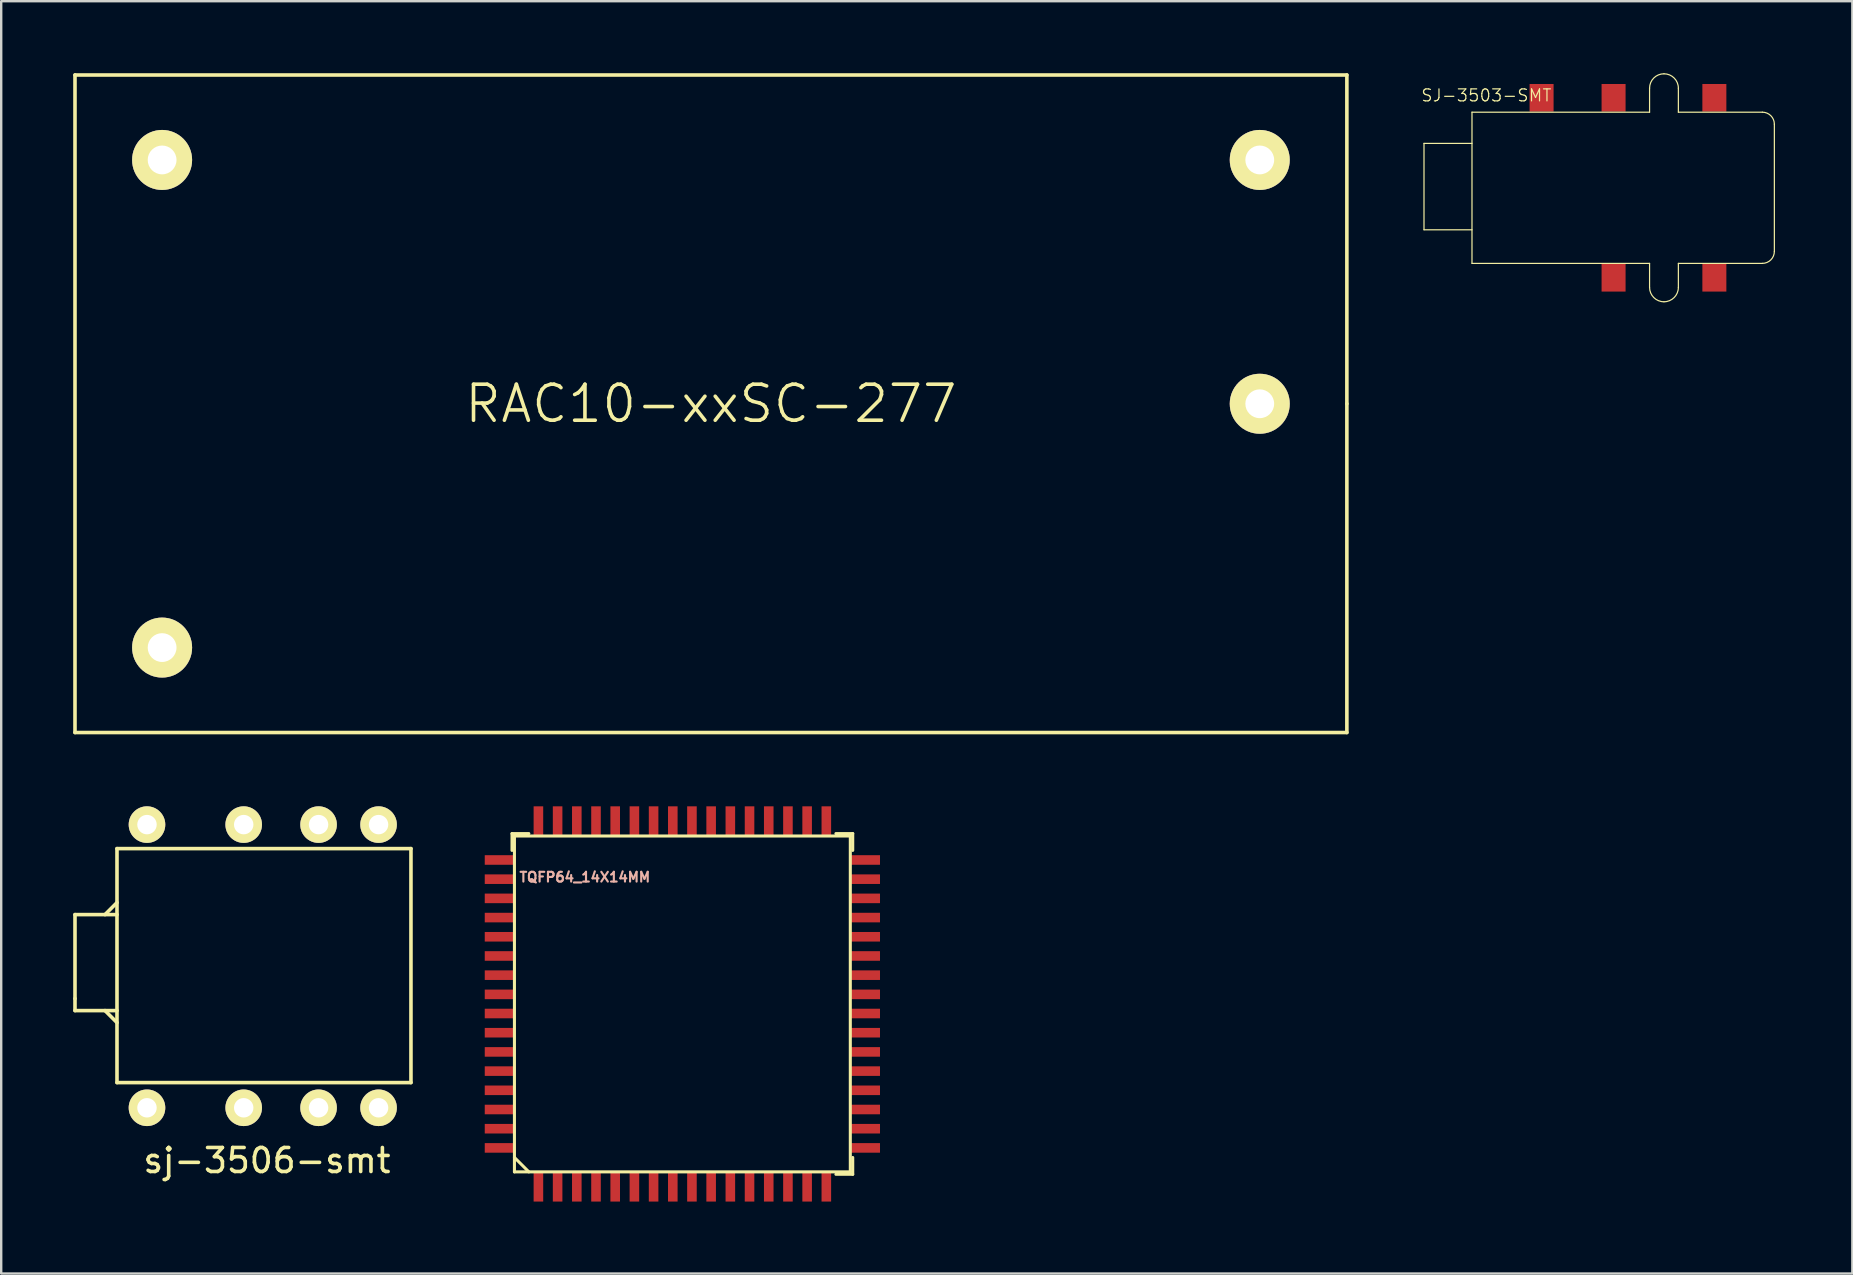
<source format=kicad_pcb>
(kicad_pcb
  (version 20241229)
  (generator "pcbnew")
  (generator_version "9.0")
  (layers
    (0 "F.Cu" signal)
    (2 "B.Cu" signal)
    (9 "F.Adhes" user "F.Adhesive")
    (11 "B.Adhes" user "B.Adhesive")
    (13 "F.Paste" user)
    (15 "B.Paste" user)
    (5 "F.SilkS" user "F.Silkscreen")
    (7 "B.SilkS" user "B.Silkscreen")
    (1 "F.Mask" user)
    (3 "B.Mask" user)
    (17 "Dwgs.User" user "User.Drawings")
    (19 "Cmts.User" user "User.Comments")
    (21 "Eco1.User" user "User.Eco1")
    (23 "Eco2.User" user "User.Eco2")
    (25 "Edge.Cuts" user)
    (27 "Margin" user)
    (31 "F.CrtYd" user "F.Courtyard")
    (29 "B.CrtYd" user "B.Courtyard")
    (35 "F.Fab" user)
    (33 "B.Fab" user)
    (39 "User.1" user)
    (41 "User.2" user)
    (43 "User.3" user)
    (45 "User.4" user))
  (footprint "TQFP64_14X14MM"
    (layer "F.Cu")
    (at 25.385 38.785)
    (property "Reference" "TQFP64_14X14MM" (at -4.064 -5.283 0) (layer "B.SilkS") (effects (font (size 0.406 0.406) (thickness 0.089))))
    (attr smd)
    (fp_line (start -7.099 -7.099) (end -6.398 -7.099) (stroke (width 0.127) (type solid)) (layer "F.SilkS"))
    (fp_line (start -7.099 -6.398) (end -7.099 -7.099) (stroke (width 0.127) (type solid)) (layer "F.SilkS"))
    (fp_line (start -6.998 -6.998) (end -6.998 6.998) (stroke (width 0.127) (type solid)) (layer "F.SilkS"))
    (fp_line (start -6.998 6.398) (end -6.398 6.998) (stroke (width 0.127) (type solid)) (layer "F.SilkS"))
    (fp_line (start -6.998 6.998) (end 6.998 6.998) (stroke (width 0.127) (type solid)) (layer "F.SilkS"))
    (fp_line (start 6.398 -7.099) (end 7.099 -7.099) (stroke (width 0.127) (type solid)) (layer "F.SilkS"))
    (fp_line (start 6.998 -6.998) (end -6.998 -6.998) (stroke (width 0.127) (type solid)) (layer "F.SilkS"))
    (fp_line (start 6.998 6.998) (end 6.998 -6.998) (stroke (width 0.127) (type solid)) (layer "F.SilkS"))
    (fp_line (start 7.099 -7.099) (end 7.099 -6.398) (stroke (width 0.127) (type solid)) (layer "F.SilkS"))
    (fp_line (start 7.099 6.398) (end 7.099 7.099) (stroke (width 0.127) (type solid)) (layer "F.SilkS"))
    (fp_line (start 7.099 7.099) (end 6.398 7.099) (stroke (width 0.127) (type solid)) (layer "F.SilkS"))
    (pad "1" smd rect (at -5.999 7.6) (size 0.399 1.27) (layers "F.Cu" "F.Mask" "F.Paste"))
    (pad "2" smd rect (at -5.199 7.6) (size 0.399 1.27) (layers "F.Cu" "F.Mask" "F.Paste"))
    (pad "3" smd rect (at -4.399 7.6) (size 0.399 1.27) (layers "F.Cu" "F.Mask" "F.Paste"))
    (pad "4" smd rect (at -3.599 7.6) (size 0.399 1.27) (layers "F.Cu" "F.Mask" "F.Paste"))
    (pad "5" smd rect (at -2.799 7.6) (size 0.399 1.27) (layers "F.Cu" "F.Mask" "F.Paste"))
    (pad "6" smd rect (at -1.999 7.6) (size 0.399 1.27) (layers "F.Cu" "F.Mask" "F.Paste"))
    (pad "7" smd rect (at -1.199 7.6) (size 0.399 1.27) (layers "F.Cu" "F.Mask" "F.Paste"))
    (pad "8" smd rect (at -0.399 7.6) (size 0.399 1.27) (layers "F.Cu" "F.Mask" "F.Paste"))
    (pad "9" smd rect (at 0.399 7.6) (size 0.399 1.27) (layers "F.Cu" "F.Mask" "F.Paste"))
    (pad "10" smd rect (at 1.199 7.6) (size 0.399 1.27) (layers "F.Cu" "F.Mask" "F.Paste"))
    (pad "11" smd rect (at 1.999 7.6) (size 0.399 1.27) (layers "F.Cu" "F.Mask" "F.Paste"))
    (pad "12" smd rect (at 2.799 7.6) (size 0.399 1.27) (layers "F.Cu" "F.Mask" "F.Paste"))
    (pad "13" smd rect (at 3.599 7.6) (size 0.399 1.27) (layers "F.Cu" "F.Mask" "F.Paste"))
    (pad "14" smd rect (at 4.399 7.6) (size 0.399 1.27) (layers "F.Cu" "F.Mask" "F.Paste"))
    (pad "15" smd rect (at 5.199 7.6) (size 0.399 1.27) (layers "F.Cu" "F.Mask" "F.Paste"))
    (pad "16" smd rect (at 5.999 7.6) (size 0.399 1.27) (layers "F.Cu" "F.Mask" "F.Paste"))
    (pad "17" smd rect (at 7.6 5.999) (size 1.27 0.399) (layers "F.Cu" "F.Mask" "F.Paste"))
    (pad "18" smd rect (at 7.6 5.199) (size 1.27 0.399) (layers "F.Cu" "F.Mask" "F.Paste"))
    (pad "19" smd rect (at 7.6 4.399) (size 1.27 0.399) (layers "F.Cu" "F.Mask" "F.Paste"))
    (pad "20" smd rect (at 7.6 3.599) (size 1.27 0.399) (layers "F.Cu" "F.Mask" "F.Paste"))
    (pad "21" smd rect (at 7.6 2.799) (size 1.27 0.399) (layers "F.Cu" "F.Mask" "F.Paste"))
    (pad "22" smd rect (at 7.6 1.999) (size 1.27 0.399) (layers "F.Cu" "F.Mask" "F.Paste"))
    (pad "23" smd rect (at 7.6 1.199) (size 1.27 0.399) (layers "F.Cu" "F.Mask" "F.Paste"))
    (pad "24" smd rect (at 7.6 0.399) (size 1.27 0.399) (layers "F.Cu" "F.Mask" "F.Paste"))
    (pad "25" smd rect (at 7.6 -0.399) (size 1.27 0.399) (layers "F.Cu" "F.Mask" "F.Paste"))
    (pad "26" smd rect (at 7.6 -1.199) (size 1.27 0.399) (layers "F.Cu" "F.Mask" "F.Paste"))
    (pad "27" smd rect (at 7.6 -1.999) (size 1.27 0.399) (layers "F.Cu" "F.Mask" "F.Paste"))
    (pad "28" smd rect (at 7.6 -2.799) (size 1.27 0.399) (layers "F.Cu" "F.Mask" "F.Paste"))
    (pad "29" smd rect (at 7.6 -3.599) (size 1.27 0.399) (layers "F.Cu" "F.Mask" "F.Paste"))
    (pad "30" smd rect (at 7.6 -4.399) (size 1.27 0.399) (layers "F.Cu" "F.Mask" "F.Paste"))
    (pad "31" smd rect (at 7.6 -5.199) (size 1.27 0.399) (layers "F.Cu" "F.Mask" "F.Paste"))
    (pad "32" smd rect (at 7.6 -5.999) (size 1.27 0.399) (layers "F.Cu" "F.Mask" "F.Paste"))
    (pad "33" smd rect (at 5.999 -7.6) (size 0.399 1.27) (layers "F.Cu" "F.Mask" "F.Paste"))
    (pad "34" smd rect (at 5.199 -7.6) (size 0.399 1.27) (layers "F.Cu" "F.Mask" "F.Paste"))
    (pad "35" smd rect (at 4.399 -7.6) (size 0.399 1.27) (layers "F.Cu" "F.Mask" "F.Paste"))
    (pad "36" smd rect (at 3.599 -7.6) (size 0.399 1.27) (layers "F.Cu" "F.Mask" "F.Paste"))
    (pad "37" smd rect (at 2.799 -7.6) (size 0.399 1.27) (layers "F.Cu" "F.Mask" "F.Paste"))
    (pad "38" smd rect (at 1.999 -7.6) (size 0.399 1.27) (layers "F.Cu" "F.Mask" "F.Paste"))
    (pad "39" smd rect (at 1.199 -7.6) (size 0.399 1.27) (layers "F.Cu" "F.Mask" "F.Paste"))
    (pad "40" smd rect (at 0.399 -7.6) (size 0.399 1.27) (layers "F.Cu" "F.Mask" "F.Paste"))
    (pad "41" smd rect (at -0.399 -7.6) (size 0.399 1.27) (layers "F.Cu" "F.Mask" "F.Paste"))
    (pad "42" smd rect (at -1.199 -7.6) (size 0.399 1.27) (layers "F.Cu" "F.Mask" "F.Paste"))
    (pad "43" smd rect (at -1.999 -7.6) (size 0.399 1.27) (layers "F.Cu" "F.Mask" "F.Paste"))
    (pad "44" smd rect (at -2.799 -7.6) (size 0.399 1.27) (layers "F.Cu" "F.Mask" "F.Paste"))
    (pad "45" smd rect (at -3.599 -7.6) (size 0.399 1.27) (layers "F.Cu" "F.Mask" "F.Paste"))
    (pad "46" smd rect (at -4.399 -7.6) (size 0.399 1.27) (layers "F.Cu" "F.Mask" "F.Paste"))
    (pad "47" smd rect (at -5.199 -7.6) (size 0.399 1.27) (layers "F.Cu" "F.Mask" "F.Paste"))
    (pad "48" smd rect (at -5.999 -7.6) (size 0.399 1.27) (layers "F.Cu" "F.Mask" "F.Paste"))
    (pad "49" smd rect (at -7.6 -5.999) (size 1.27 0.399) (layers "F.Cu" "F.Mask" "F.Paste"))
    (pad "50" smd rect (at -7.6 -5.199) (size 1.27 0.399) (layers "F.Cu" "F.Mask" "F.Paste"))
    (pad "51" smd rect (at -7.6 -4.399) (size 1.27 0.399) (layers "F.Cu" "F.Mask" "F.Paste"))
    (pad "52" smd rect (at -7.6 -3.599) (size 1.27 0.399) (layers "F.Cu" "F.Mask" "F.Paste"))
    (pad "53" smd rect (at -7.6 -2.799) (size 1.27 0.399) (layers "F.Cu" "F.Mask" "F.Paste"))
    (pad "54" smd rect (at -7.6 -1.999) (size 1.27 0.399) (layers "F.Cu" "F.Mask" "F.Paste"))
    (pad "55" smd rect (at -7.6 -1.199) (size 1.27 0.399) (layers "F.Cu" "F.Mask" "F.Paste"))
    (pad "56" smd rect (at -7.6 -0.399) (size 1.27 0.399) (layers "F.Cu" "F.Mask" "F.Paste"))
    (pad "57" smd rect (at -7.6 0.399) (size 1.27 0.399) (layers "F.Cu" "F.Mask" "F.Paste"))
    (pad "58" smd rect (at -7.6 1.199) (size 1.27 0.399) (layers "F.Cu" "F.Mask" "F.Paste"))
    (pad "59" smd rect (at -7.6 1.999) (size 1.27 0.399) (layers "F.Cu" "F.Mask" "F.Paste"))
    (pad "60" smd rect (at -7.6 2.799) (size 1.27 0.399) (layers "F.Cu" "F.Mask" "F.Paste"))
    (pad "61" smd rect (at -7.6 3.599) (size 1.27 0.399) (layers "F.Cu" "F.Mask" "F.Paste"))
    (pad "62" smd rect (at -7.6 4.399) (size 1.27 0.399) (layers "F.Cu" "F.Mask" "F.Paste"))
    (pad "63" smd rect (at -7.6 5.199) (size 1.27 0.399) (layers "F.Cu" "F.Mask" "F.Paste"))
    (pad "64" smd rect (at -7.6 5.999) (size 1.27 0.399) (layers "F.Cu" "F.Mask" "F.Paste")))
  (footprint "SJ-3503-SMT"
    (layer "F.Cu")
    (at 70.889 7.925)
    (property "Reference" "SJ-3503-SMT" (at -12 -7 0) (layer "F.SilkS") (effects (font (size 0.5 0.5) (thickness 0.05))))
    (attr through_hole)
    (fp_line (start -14.6 -5) (end -12.6 -5) (stroke (width 0.05) (type solid)) (layer "F.SilkS"))
    (fp_line (start -14.6 -1.4) (end -14.6 -5) (stroke (width 0.05) (type solid)) (layer "F.SilkS"))
    (fp_line (start -12.6 -6.3) (end -5.2 -6.3) (stroke (width 0.05) (type solid)) (layer "F.SilkS"))
    (fp_line (start -12.6 -1.4) (end -14.6 -1.4) (stroke (width 0.05) (type solid)) (layer "F.SilkS"))
    (fp_line (start -12.6 0) (end -12.6 -6.3) (stroke (width 0.05) (type solid)) (layer "F.SilkS"))
    (fp_line (start -5.2 -7.3) (end -5.2 -6.3) (stroke (width 0.05) (type solid)) (layer "F.SilkS"))
    (fp_line (start -5.2 0) (end -12.6 0) (stroke (width 0.05) (type solid)) (layer "F.SilkS"))
    (fp_line (start -5.2 1) (end -5.2 0) (stroke (width 0.05) (type solid)) (layer "F.SilkS"))
    (fp_line (start -4 -7.3) (end -4 -6.3) (stroke (width 0.05) (type solid)) (layer "F.SilkS"))
    (fp_line (start -4 -6.3) (end -0.5 -6.3) (stroke (width 0.05) (type solid)) (layer "F.SilkS"))
    (fp_line (start -4 0) (end -0.5 0) (stroke (width 0.05) (type solid)) (layer "F.SilkS"))
    (fp_line (start -4 1) (end -4 0) (stroke (width 0.05) (type solid)) (layer "F.SilkS"))
    (fp_line (start 0 -5.8) (end 0 -0.5) (stroke (width 0.05) (type solid)) (layer "F.SilkS"))
    (fp_arc (start -5.2 -7.3) (mid -5.024264 -7.724264) (end -4.6 -7.9) (stroke (width 0.05) (type solid)) (layer "F.SilkS"))
    (fp_arc (start -4.6 -7.9) (mid -4.175736 -7.724264) (end -4 -7.3) (stroke (width 0.05) (type solid)) (layer "F.SilkS"))
    (fp_arc (start -4.6 1.6) (mid -5.024264 1.424264) (end -5.2 1) (stroke (width 0.05) (type solid)) (layer "F.SilkS"))
    (fp_arc (start -4 1) (mid -4.175736 1.424264) (end -4.6 1.6) (stroke (width 0.05) (type solid)) (layer "F.SilkS"))
    (fp_arc (start -0.5 -6.3) (mid -0.146447 -6.153553) (end 0 -5.8) (stroke (width 0.05) (type solid)) (layer "F.SilkS"))
    (fp_arc (start 0 -0.5) (mid -0.146447 -0.146447) (end -0.5 0) (stroke (width 0.05) (type solid)) (layer "F.SilkS"))
    (pad "1" smd rect (at -9.7 -6.9) (size 1 1.15) (layers "F.Cu" "F.Mask" "F.Paste"))
    (pad "2" smd rect (at -2.5 -6.9) (size 1 1.15) (layers "F.Cu" "F.Mask" "F.Paste"))
    (pad "3" smd rect (at -6.7 -6.9) (size 1 1.15) (layers "F.Cu" "F.Mask" "F.Paste"))
    (pad "4" smd rect (at -2.5 0.6) (size 1 1.15) (layers "F.Cu" "F.Mask" "F.Paste"))
    (pad "5" smd rect (at -6.7 0.6) (size 1 1.15) (layers "F.Cu" "F.Mask" "F.Paste")))
  (footprint "sj-3506-smt"
    (layer "F.Cu")
    (at 5.575 32.312)
    (property "Reference" "sj-3506-smt" (at 2.5 13 0) (layer "F.SilkS") (effects (font (size 1 1) (thickness 0.15))))
    (attr through_hole)
    (fp_line (start -5.5 2.75) (end -5.5 6.25) (stroke (width 0.15) (type solid)) (layer "F.SilkS"))
    (fp_line (start -5.5 6.25) (end -5.5 6.75) (stroke (width 0.15) (type solid)) (layer "F.SilkS"))
    (fp_line (start -5.5 6.75) (end -3.75 6.75) (stroke (width 0.15) (type solid)) (layer "F.SilkS"))
    (fp_line (start -4.25 2.75) (end -3.75 2.25) (stroke (width 0.15) (type solid)) (layer "F.SilkS"))
    (fp_line (start -4.25 6.75) (end -3.75 7.25) (stroke (width 0.15) (type solid)) (layer "F.SilkS"))
    (fp_line (start -3.75 0) (end 8.5 0) (stroke (width 0.15) (type solid)) (layer "F.SilkS"))
    (fp_line (start -3.75 2.75) (end -5.5 2.75) (stroke (width 0.15) (type solid)) (layer "F.SilkS"))
    (fp_line (start -3.75 9.75) (end -3.75 0) (stroke (width 0.15) (type solid)) (layer "F.SilkS"))
    (fp_line (start 8.5 0) (end 8.5 9.75) (stroke (width 0.15) (type solid)) (layer "F.SilkS"))
    (fp_line (start 8.5 9.75) (end -3.75 9.75) (stroke (width 0.15) (type solid)) (layer "F.SilkS"))
    (pad "" thru_hole circle (at 1.53 -1) (size 1.524 1.524) (drill 0.81) (layers "*.Cu" "*.Mask" "F.SilkS"))
    (pad "" thru_hole circle (at 1.53 10.8) (size 1.524 1.524) (drill 0.81) (layers "*.Cu" "*.Mask" "F.SilkS"))
    (pad "1" thru_hole circle (at -2.5 -1) (size 1.524 1.524) (drill 0.81) (layers "*.Cu" "*.Mask" "F.SilkS"))
    (pad "2" thru_hole circle (at 4.65 -1) (size 1.524 1.524) (drill 0.81) (layers "*.Cu" "*.Mask" "F.SilkS"))
    (pad "3" thru_hole circle (at 7.15 10.8) (size 1.524 1.524) (drill 0.81) (layers "*.Cu" "*.Mask" "F.SilkS"))
    (pad "4" thru_hole circle (at 4.65 10.8) (size 1.524 1.524) (drill 0.81) (layers "*.Cu" "*.Mask" "F.SilkS"))
    (pad "5" thru_hole circle (at -2.5 10.8) (size 1.524 1.524) (drill 0.81) (layers "*.Cu" "*.Mask" "F.SilkS"))
    (pad "6" thru_hole circle (at 7.15 -1) (size 1.524 1.524) (drill 0.81) (layers "*.Cu" "*.Mask" "F.SilkS")))
  (footprint "RAC10-xxSC-277"
    (layer "F.Cu")
    (at 26.575 13.775)
    (property "Reference" "RAC10-xxSC-277" (at 0 0 180) (layer "F.SilkS") (effects (font (size 1.5 1.5) (thickness 0.15))))
    (attr through_hole)
    (fp_line (start -26.5 -13.7) (end 26.5 -13.7) (stroke (width 0.15) (type solid)) (layer "F.SilkS"))
    (fp_line (start -26.5 13.7) (end -26.5 -13.7) (stroke (width 0.15) (type solid)) (layer "F.SilkS"))
    (fp_line (start 26.5 -13.7) (end 26.5 0) (stroke (width 0.15) (type solid)) (layer "F.SilkS"))
    (fp_line (start 26.5 0) (end 26.5 13.7) (stroke (width 0.15) (type solid)) (layer "F.SilkS"))
    (fp_line (start 26.5 13.7) (end -26.5 13.7) (stroke (width 0.15) (type solid)) (layer "F.SilkS"))
    (pad "1" thru_hole circle (at -22.87 10.16) (size 2.5 2.5) (drill 1.2) (layers "*.Cu" "*.Mask" "F.SilkS"))
    (pad "2" thru_hole circle (at -22.87 -10.16) (size 2.5 2.5) (drill 1.2) (layers "*.Cu" "*.Mask" "F.SilkS"))
    (pad "3" thru_hole circle (at 22.87 0) (size 2.5 2.5) (drill 1.2) (layers "*.Cu" "*.Mask" "F.SilkS"))
    (pad "4" thru_hole circle (at 22.87 -10.16) (size 2.5 2.5) (drill 1.2) (layers "*.Cu" "*.Mask" "F.SilkS")))
  (gr_rect
    (start -3 -3)
    (end 74.139 50.019)
    (stroke (width 0.1) (type default))
    (fill no)
    (layer "Edge.Cuts")))
</source>
